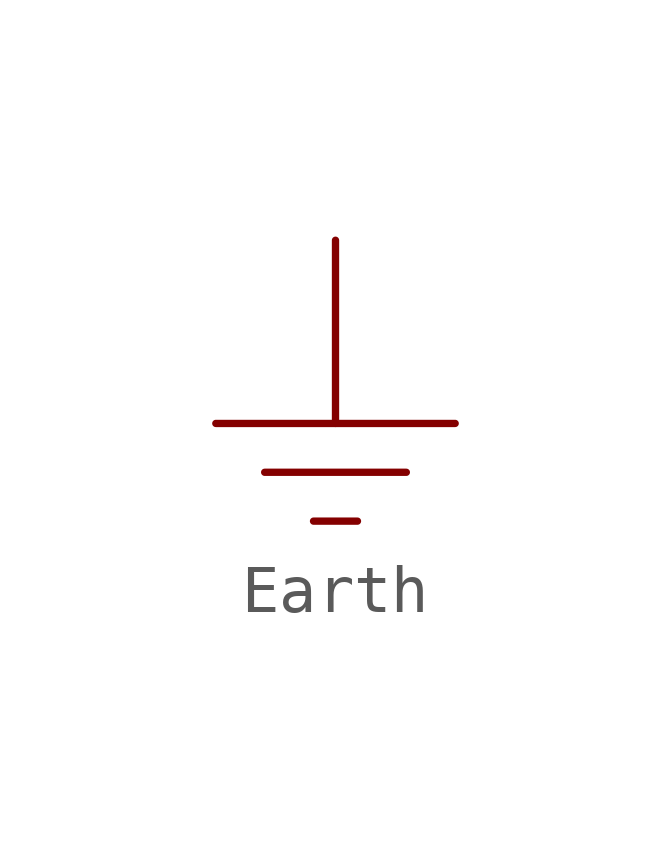
<source format=kicad_sym>
(kicad_symbol_lib
  (version 20201005)
  (generator kicad_symbol_editor)
  (symbol "power_modules:Earth"
    (power)
    (pin_numbers hide)
    (pin_names
      (offset 0) hide)
    (property "Reference" "#PWR"
      (at 0 1.27 0)
      (effects (font (size 1.524 1.524)) hide))
    (property "Footprint" ""
      (at 0 0 0)
      (effects (font (size 1.524 1.524))))
    (symbol "Earth_0_1"
      (polyline (pts (xy -2.489 -3.81) (xy 2.489 -3.81)) (stroke (width 0)) (fill (type none)))
      (polyline (pts (xy -1.473 -4.826) (xy 1.473 -4.826)) (stroke (width 0)) (fill (type none)))
      (polyline (pts (xy -0.457 -5.842) (xy 0.457 -5.842)) (stroke (width 0)) (fill (type none)))
      (polyline (pts (xy 0 0) (xy 0 -3.81)) (stroke (width 0)) (fill (type none))))
    (symbol "Earth_1_1"
      (pin power_in line (at 0 0 270) (length 0) hide (name "Earth" (effects (font (size 1.27 1.27)))) (number "1" (effects (font (size 1.27 1.27))))))))
</source>
